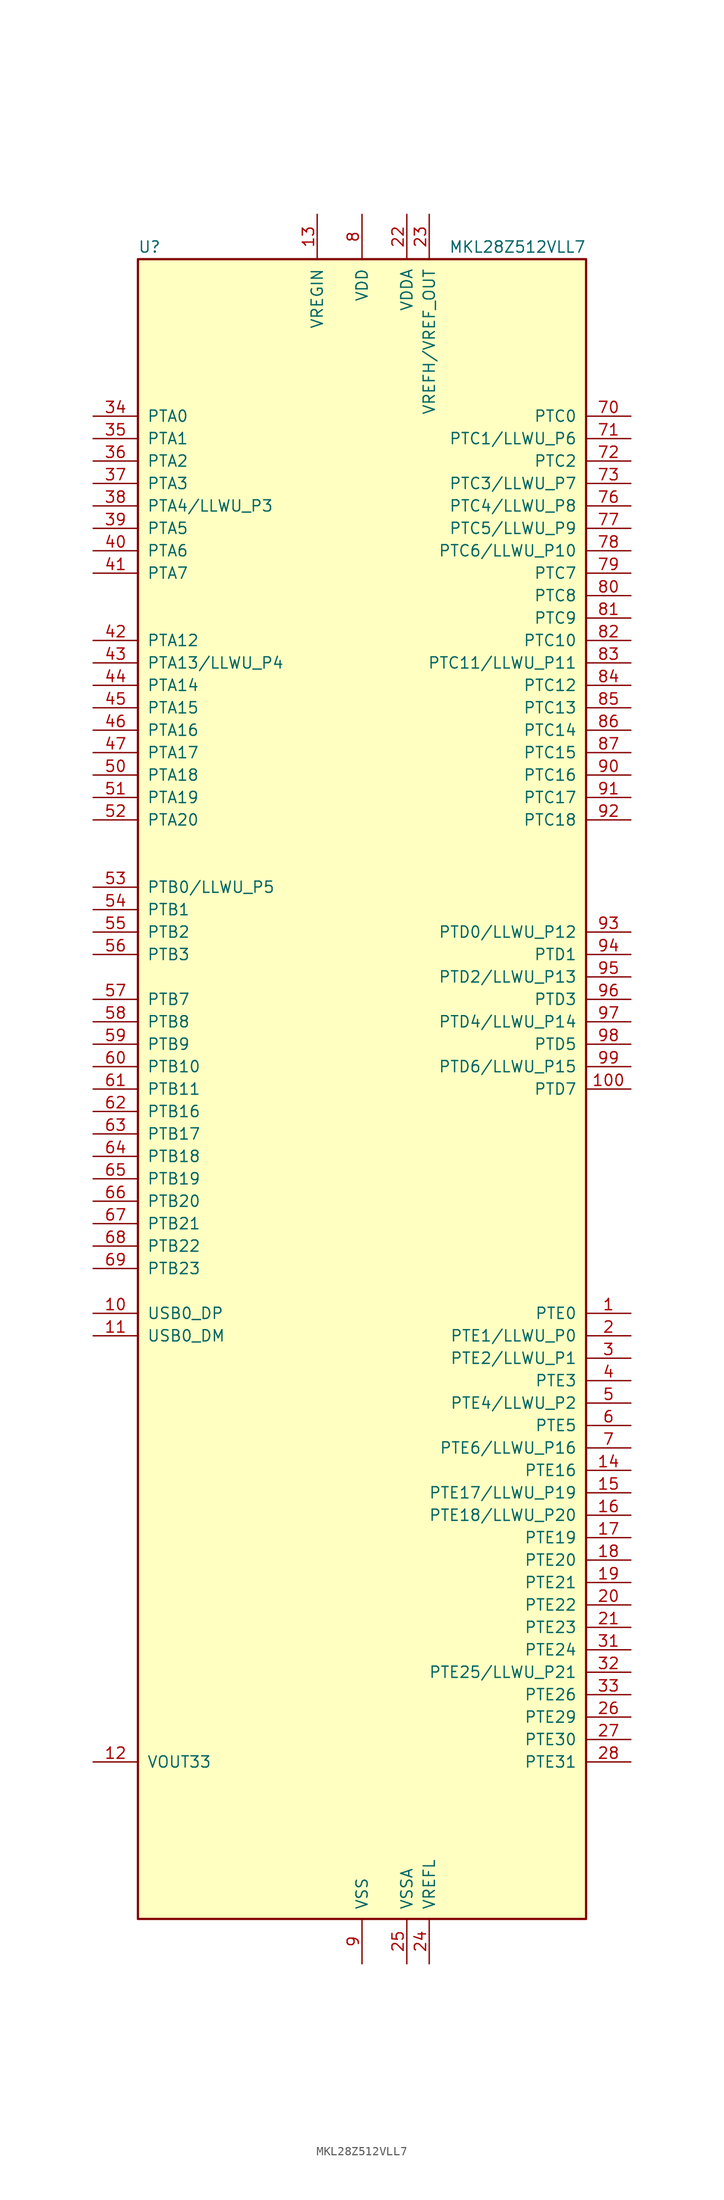
<source format=kicad_sym>
(kicad_symbol_lib
  (version 20241209)
  (generator "kicad_symbol_editor")
  (generator_version "9.0")
  (symbol "MKL28Z512VLL7"
    (pin_names
      (offset 1.016))
    (property "Reference" "U"
      (at -25.4 94.615 0)
      (effects (font (size 1.27 1.27)) (justify left bottom)))
    (property "Value" "MKL28Z512VLL7"
      (at 25.4 94.615 0)
      (effects (font (size 1.27 1.27)) (justify right bottom)))
    (symbol "MKL28Z512VLL7_0_1"
      (rectangle (start -25.4 93.98) (end 25.4 -93.98) (stroke (width 0.254) (type default)) (fill (type background))))
    (symbol "MKL28Z512VLL7_1_1"
      (pin bidirectional line (at -30.48 76.2 0) (length 5.08) (name "PTA0" (effects (font (size 1.27 1.27)))) (number "34" (effects (font (size 1.27 1.27)))))
      (pin bidirectional line (at -30.48 73.66 0) (length 5.08) (name "PTA1" (effects (font (size 1.27 1.27)))) (number "35" (effects (font (size 1.27 1.27)))))
      (pin bidirectional line (at -30.48 71.12 0) (length 5.08) (name "PTA2" (effects (font (size 1.27 1.27)))) (number "36" (effects (font (size 1.27 1.27)))))
      (pin bidirectional line (at -30.48 68.58 0) (length 5.08) (name "PTA3" (effects (font (size 1.27 1.27)))) (number "37" (effects (font (size 1.27 1.27)))))
      (pin bidirectional line (at -30.48 66.04 0) (length 5.08) (name "PTA4/LLWU_P3" (effects (font (size 1.27 1.27)))) (number "38" (effects (font (size 1.27 1.27)))))
      (pin bidirectional line (at -30.48 63.5 0) (length 5.08) (name "PTA5" (effects (font (size 1.27 1.27)))) (number "39" (effects (font (size 1.27 1.27)))))
      (pin bidirectional line (at -30.48 60.96 0) (length 5.08) (name "PTA6" (effects (font (size 1.27 1.27)))) (number "40" (effects (font (size 1.27 1.27)))))
      (pin bidirectional line (at -30.48 58.42 0) (length 5.08) (name "PTA7" (effects (font (size 1.27 1.27)))) (number "41" (effects (font (size 1.27 1.27)))))
      (pin bidirectional line (at -30.48 50.8 0) (length 5.08) (name "PTA12" (effects (font (size 1.27 1.27)))) (number "42" (effects (font (size 1.27 1.27)))))
      (pin bidirectional line (at -30.48 48.26 0) (length 5.08) (name "PTA13/LLWU_P4" (effects (font (size 1.27 1.27)))) (number "43" (effects (font (size 1.27 1.27)))))
      (pin bidirectional line (at -30.48 45.72 0) (length 5.08) (name "PTA14" (effects (font (size 1.27 1.27)))) (number "44" (effects (font (size 1.27 1.27)))))
      (pin bidirectional line (at -30.48 43.18 0) (length 5.08) (name "PTA15" (effects (font (size 1.27 1.27)))) (number "45" (effects (font (size 1.27 1.27)))))
      (pin bidirectional line (at -30.48 40.64 0) (length 5.08) (name "PTA16" (effects (font (size 1.27 1.27)))) (number "46" (effects (font (size 1.27 1.27)))))
      (pin bidirectional line (at -30.48 38.1 0) (length 5.08) (name "PTA17" (effects (font (size 1.27 1.27)))) (number "47" (effects (font (size 1.27 1.27)))))
      (pin bidirectional line (at -30.48 35.56 0) (length 5.08) (name "PTA18" (effects (font (size 1.27 1.27)))) (number "50" (effects (font (size 1.27 1.27)))))
      (pin bidirectional line (at -30.48 33.02 0) (length 5.08) (name "PTA19" (effects (font (size 1.27 1.27)))) (number "51" (effects (font (size 1.27 1.27)))))
      (pin bidirectional line (at -30.48 30.48 0) (length 5.08) (name "PTA20" (effects (font (size 1.27 1.27)))) (number "52" (effects (font (size 1.27 1.27)))))
      (pin bidirectional line (at -30.48 22.86 0) (length 5.08) (name "PTB0/LLWU_P5" (effects (font (size 1.27 1.27)))) (number "53" (effects (font (size 1.27 1.27)))))
      (pin bidirectional line (at -30.48 20.32 0) (length 5.08) (name "PTB1" (effects (font (size 1.27 1.27)))) (number "54" (effects (font (size 1.27 1.27)))))
      (pin bidirectional line (at -30.48 17.78 0) (length 5.08) (name "PTB2" (effects (font (size 1.27 1.27)))) (number "55" (effects (font (size 1.27 1.27)))))
      (pin bidirectional line (at -30.48 15.24 0) (length 5.08) (name "PTB3" (effects (font (size 1.27 1.27)))) (number "56" (effects (font (size 1.27 1.27)))))
      (pin bidirectional line (at -30.48 10.16 0) (length 5.08) (name "PTB7" (effects (font (size 1.27 1.27)))) (number "57" (effects (font (size 1.27 1.27)))))
      (pin bidirectional line (at -30.48 7.62 0) (length 5.08) (name "PTB8" (effects (font (size 1.27 1.27)))) (number "58" (effects (font (size 1.27 1.27)))))
      (pin bidirectional line (at -30.48 5.08 0) (length 5.08) (name "PTB9" (effects (font (size 1.27 1.27)))) (number "59" (effects (font (size 1.27 1.27)))))
      (pin bidirectional line (at -30.48 2.54 0) (length 5.08) (name "PTB10" (effects (font (size 1.27 1.27)))) (number "60" (effects (font (size 1.27 1.27)))))
      (pin bidirectional line (at -30.48 0 0) (length 5.08) (name "PTB11" (effects (font (size 1.27 1.27)))) (number "61" (effects (font (size 1.27 1.27)))))
      (pin bidirectional line (at -30.48 -2.54 0) (length 5.08) (name "PTB16" (effects (font (size 1.27 1.27)))) (number "62" (effects (font (size 1.27 1.27)))))
      (pin bidirectional line (at -30.48 -5.08 0) (length 5.08) (name "PTB17" (effects (font (size 1.27 1.27)))) (number "63" (effects (font (size 1.27 1.27)))))
      (pin bidirectional line (at -30.48 -7.62 0) (length 5.08) (name "PTB18" (effects (font (size 1.27 1.27)))) (number "64" (effects (font (size 1.27 1.27)))))
      (pin bidirectional line (at -30.48 -10.16 0) (length 5.08) (name "PTB19" (effects (font (size 1.27 1.27)))) (number "65" (effects (font (size 1.27 1.27)))))
      (pin bidirectional line (at -30.48 -12.7 0) (length 5.08) (name "PTB20" (effects (font (size 1.27 1.27)))) (number "66" (effects (font (size 1.27 1.27)))))
      (pin bidirectional line (at -30.48 -15.24 0) (length 5.08) (name "PTB21" (effects (font (size 1.27 1.27)))) (number "67" (effects (font (size 1.27 1.27)))))
      (pin bidirectional line (at -30.48 -17.78 0) (length 5.08) (name "PTB22" (effects (font (size 1.27 1.27)))) (number "68" (effects (font (size 1.27 1.27)))))
      (pin bidirectional line (at -30.48 -20.32 0) (length 5.08) (name "PTB23" (effects (font (size 1.27 1.27)))) (number "69" (effects (font (size 1.27 1.27)))))
      (pin bidirectional line (at -30.48 -25.4 0) (length 5.08) (name "USB0_DP" (effects (font (size 1.27 1.27)))) (number "10" (effects (font (size 1.27 1.27)))))
      (pin bidirectional line (at -30.48 -27.94 0) (length 5.08) (name "USB0_DM" (effects (font (size 1.27 1.27)))) (number "11" (effects (font (size 1.27 1.27)))))
      (pin power_out line (at -30.48 -76.2 0) (length 5.08) (name "VOUT33" (effects (font (size 1.27 1.27)))) (number "12" (effects (font (size 1.27 1.27)))))
      (pin power_in line (at -5.08 99.06 270) (length 5.08) (name "VREGIN" (effects (font (size 1.27 1.27)))) (number "13" (effects (font (size 1.27 1.27)))))
      (pin passive line (at 0 99.06 270) (length 5.08) (hide yes) (name "VDD" (effects (font (size 1.27 1.27)))) (number "30" (effects (font (size 1.27 1.27)))))
      (pin passive line (at 0 99.06 270) (length 5.08) (hide yes) (name "VDD" (effects (font (size 1.27 1.27)))) (number "48" (effects (font (size 1.27 1.27)))))
      (pin passive line (at 0 99.06 270) (length 5.08) (hide yes) (name "VDD" (effects (font (size 1.27 1.27)))) (number "75" (effects (font (size 1.27 1.27)))))
      (pin power_in line (at 0 99.06 270) (length 5.08) (name "VDD" (effects (font (size 1.27 1.27)))) (number "8" (effects (font (size 1.27 1.27)))))
      (pin passive line (at 0 99.06 270) (length 5.08) (hide yes) (name "VDD" (effects (font (size 1.27 1.27)))) (number "89" (effects (font (size 1.27 1.27)))))
      (pin passive line (at 0 -99.06 90) (length 5.08) (hide yes) (name "VSS" (effects (font (size 1.27 1.27)))) (number "29" (effects (font (size 1.27 1.27)))))
      (pin passive line (at 0 -99.06 90) (length 5.08) (hide yes) (name "VSS" (effects (font (size 1.27 1.27)))) (number "49" (effects (font (size 1.27 1.27)))))
      (pin passive line (at 0 -99.06 90) (length 5.08) (hide yes) (name "VSS" (effects (font (size 1.27 1.27)))) (number "74" (effects (font (size 1.27 1.27)))))
      (pin passive line (at 0 -99.06 90) (length 5.08) (hide yes) (name "VSS" (effects (font (size 1.27 1.27)))) (number "88" (effects (font (size 1.27 1.27)))))
      (pin power_in line (at 0 -99.06 90) (length 5.08) (name "VSS" (effects (font (size 1.27 1.27)))) (number "9" (effects (font (size 1.27 1.27)))))
      (pin power_in line (at 5.08 99.06 270) (length 5.08) (name "VDDA" (effects (font (size 1.27 1.27)))) (number "22" (effects (font (size 1.27 1.27)))))
      (pin power_in line (at 5.08 -99.06 90) (length 5.08) (name "VSSA" (effects (font (size 1.27 1.27)))) (number "25" (effects (font (size 1.27 1.27)))))
      (pin power_in line (at 7.62 99.06 270) (length 5.08) (name "VREFH/VREF_OUT" (effects (font (size 1.27 1.27)))) (number "23" (effects (font (size 1.27 1.27)))))
      (pin power_in line (at 7.62 -99.06 90) (length 5.08) (name "VREFL" (effects (font (size 1.27 1.27)))) (number "24" (effects (font (size 1.27 1.27)))))
      (pin bidirectional line (at 30.48 76.2 180) (length 5.08) (name "PTC0" (effects (font (size 1.27 1.27)))) (number "70" (effects (font (size 1.27 1.27)))))
      (pin bidirectional line (at 30.48 73.66 180) (length 5.08) (name "PTC1/LLWU_P6" (effects (font (size 1.27 1.27)))) (number "71" (effects (font (size 1.27 1.27)))))
      (pin bidirectional line (at 30.48 71.12 180) (length 5.08) (name "PTC2" (effects (font (size 1.27 1.27)))) (number "72" (effects (font (size 1.27 1.27)))))
      (pin bidirectional line (at 30.48 68.58 180) (length 5.08) (name "PTC3/LLWU_P7" (effects (font (size 1.27 1.27)))) (number "73" (effects (font (size 1.27 1.27)))))
      (pin bidirectional line (at 30.48 66.04 180) (length 5.08) (name "PTC4/LLWU_P8" (effects (font (size 1.27 1.27)))) (number "76" (effects (font (size 1.27 1.27)))))
      (pin bidirectional line (at 30.48 63.5 180) (length 5.08) (name "PTC5/LLWU_P9" (effects (font (size 1.27 1.27)))) (number "77" (effects (font (size 1.27 1.27)))))
      (pin bidirectional line (at 30.48 60.96 180) (length 5.08) (name "PTC6/LLWU_P10" (effects (font (size 1.27 1.27)))) (number "78" (effects (font (size 1.27 1.27)))))
      (pin bidirectional line (at 30.48 58.42 180) (length 5.08) (name "PTC7" (effects (font (size 1.27 1.27)))) (number "79" (effects (font (size 1.27 1.27)))))
      (pin bidirectional line (at 30.48 55.88 180) (length 5.08) (name "PTC8" (effects (font (size 1.27 1.27)))) (number "80" (effects (font (size 1.27 1.27)))))
      (pin bidirectional line (at 30.48 53.34 180) (length 5.08) (name "PTC9" (effects (font (size 1.27 1.27)))) (number "81" (effects (font (size 1.27 1.27)))))
      (pin bidirectional line (at 30.48 50.8 180) (length 5.08) (name "PTC10" (effects (font (size 1.27 1.27)))) (number "82" (effects (font (size 1.27 1.27)))))
      (pin bidirectional line (at 30.48 48.26 180) (length 5.08) (name "PTC11/LLWU_P11" (effects (font (size 1.27 1.27)))) (number "83" (effects (font (size 1.27 1.27)))))
      (pin bidirectional line (at 30.48 45.72 180) (length 5.08) (name "PTC12" (effects (font (size 1.27 1.27)))) (number "84" (effects (font (size 1.27 1.27)))))
      (pin bidirectional line (at 30.48 43.18 180) (length 5.08) (name "PTC13" (effects (font (size 1.27 1.27)))) (number "85" (effects (font (size 1.27 1.27)))))
      (pin bidirectional line (at 30.48 40.64 180) (length 5.08) (name "PTC14" (effects (font (size 1.27 1.27)))) (number "86" (effects (font (size 1.27 1.27)))))
      (pin bidirectional line (at 30.48 38.1 180) (length 5.08) (name "PTC15" (effects (font (size 1.27 1.27)))) (number "87" (effects (font (size 1.27 1.27)))))
      (pin bidirectional line (at 30.48 35.56 180) (length 5.08) (name "PTC16" (effects (font (size 1.27 1.27)))) (number "90" (effects (font (size 1.27 1.27)))))
      (pin bidirectional line (at 30.48 33.02 180) (length 5.08) (name "PTC17" (effects (font (size 1.27 1.27)))) (number "91" (effects (font (size 1.27 1.27)))))
      (pin bidirectional line (at 30.48 30.48 180) (length 5.08) (name "PTC18" (effects (font (size 1.27 1.27)))) (number "92" (effects (font (size 1.27 1.27)))))
      (pin bidirectional line (at 30.48 17.78 180) (length 5.08) (name "PTD0/LLWU_P12" (effects (font (size 1.27 1.27)))) (number "93" (effects (font (size 1.27 1.27)))))
      (pin bidirectional line (at 30.48 15.24 180) (length 5.08) (name "PTD1" (effects (font (size 1.27 1.27)))) (number "94" (effects (font (size 1.27 1.27)))))
      (pin bidirectional line (at 30.48 12.7 180) (length 5.08) (name "PTD2/LLWU_P13" (effects (font (size 1.27 1.27)))) (number "95" (effects (font (size 1.27 1.27)))))
      (pin bidirectional line (at 30.48 10.16 180) (length 5.08) (name "PTD3" (effects (font (size 1.27 1.27)))) (number "96" (effects (font (size 1.27 1.27)))))
      (pin bidirectional line (at 30.48 7.62 180) (length 5.08) (name "PTD4/LLWU_P14" (effects (font (size 1.27 1.27)))) (number "97" (effects (font (size 1.27 1.27)))))
      (pin bidirectional line (at 30.48 5.08 180) (length 5.08) (name "PTD5" (effects (font (size 1.27 1.27)))) (number "98" (effects (font (size 1.27 1.27)))))
      (pin bidirectional line (at 30.48 2.54 180) (length 5.08) (name "PTD6/LLWU_P15" (effects (font (size 1.27 1.27)))) (number "99" (effects (font (size 1.27 1.27)))))
      (pin bidirectional line (at 30.48 0 180) (length 5.08) (name "PTD7" (effects (font (size 1.27 1.27)))) (number "100" (effects (font (size 1.27 1.27)))))
      (pin bidirectional line (at 30.48 -25.4 180) (length 5.08) (name "PTE0" (effects (font (size 1.27 1.27)))) (number "1" (effects (font (size 1.27 1.27)))))
      (pin bidirectional line (at 30.48 -27.94 180) (length 5.08) (name "PTE1/LLWU_P0" (effects (font (size 1.27 1.27)))) (number "2" (effects (font (size 1.27 1.27)))))
      (pin bidirectional line (at 30.48 -30.48 180) (length 5.08) (name "PTE2/LLWU_P1" (effects (font (size 1.27 1.27)))) (number "3" (effects (font (size 1.27 1.27)))))
      (pin bidirectional line (at 30.48 -33.02 180) (length 5.08) (name "PTE3" (effects (font (size 1.27 1.27)))) (number "4" (effects (font (size 1.27 1.27)))))
      (pin bidirectional line (at 30.48 -35.56 180) (length 5.08) (name "PTE4/LLWU_P2" (effects (font (size 1.27 1.27)))) (number "5" (effects (font (size 1.27 1.27)))))
      (pin bidirectional line (at 30.48 -38.1 180) (length 5.08) (name "PTE5" (effects (font (size 1.27 1.27)))) (number "6" (effects (font (size 1.27 1.27)))))
      (pin bidirectional line (at 30.48 -40.64 180) (length 5.08) (name "PTE6/LLWU_P16" (effects (font (size 1.27 1.27)))) (number "7" (effects (font (size 1.27 1.27)))))
      (pin bidirectional line (at 30.48 -43.18 180) (length 5.08) (name "PTE16" (effects (font (size 1.27 1.27)))) (number "14" (effects (font (size 1.27 1.27)))))
      (pin bidirectional line (at 30.48 -45.72 180) (length 5.08) (name "PTE17/LLWU_P19" (effects (font (size 1.27 1.27)))) (number "15" (effects (font (size 1.27 1.27)))))
      (pin bidirectional line (at 30.48 -48.26 180) (length 5.08) (name "PTE18/LLWU_P20" (effects (font (size 1.27 1.27)))) (number "16" (effects (font (size 1.27 1.27)))))
      (pin bidirectional line (at 30.48 -50.8 180) (length 5.08) (name "PTE19" (effects (font (size 1.27 1.27)))) (number "17" (effects (font (size 1.27 1.27)))))
      (pin bidirectional line (at 30.48 -53.34 180) (length 5.08) (name "PTE20" (effects (font (size 1.27 1.27)))) (number "18" (effects (font (size 1.27 1.27)))))
      (pin bidirectional line (at 30.48 -55.88 180) (length 5.08) (name "PTE21" (effects (font (size 1.27 1.27)))) (number "19" (effects (font (size 1.27 1.27)))))
      (pin bidirectional line (at 30.48 -58.42 180) (length 5.08) (name "PTE22" (effects (font (size 1.27 1.27)))) (number "20" (effects (font (size 1.27 1.27)))))
      (pin bidirectional line (at 30.48 -60.96 180) (length 5.08) (name "PTE23" (effects (font (size 1.27 1.27)))) (number "21" (effects (font (size 1.27 1.27)))))
      (pin bidirectional line (at 30.48 -63.5 180) (length 5.08) (name "PTE24" (effects (font (size 1.27 1.27)))) (number "31" (effects (font (size 1.27 1.27)))))
      (pin bidirectional line (at 30.48 -66.04 180) (length 5.08) (name "PTE25/LLWU_P21" (effects (font (size 1.27 1.27)))) (number "32" (effects (font (size 1.27 1.27)))))
      (pin bidirectional line (at 30.48 -68.58 180) (length 5.08) (name "PTE26" (effects (font (size 1.27 1.27)))) (number "33" (effects (font (size 1.27 1.27)))))
      (pin bidirectional line (at 30.48 -71.12 180) (length 5.08) (name "PTE29" (effects (font (size 1.27 1.27)))) (number "26" (effects (font (size 1.27 1.27)))))
      (pin bidirectional line (at 30.48 -73.66 180) (length 5.08) (name "PTE30" (effects (font (size 1.27 1.27)))) (number "27" (effects (font (size 1.27 1.27)))))
      (pin bidirectional line (at 30.48 -76.2 180) (length 5.08) (name "PTE31" (effects (font (size 1.27 1.27)))) (number "28" (effects (font (size 1.27 1.27))))))))
</source>
